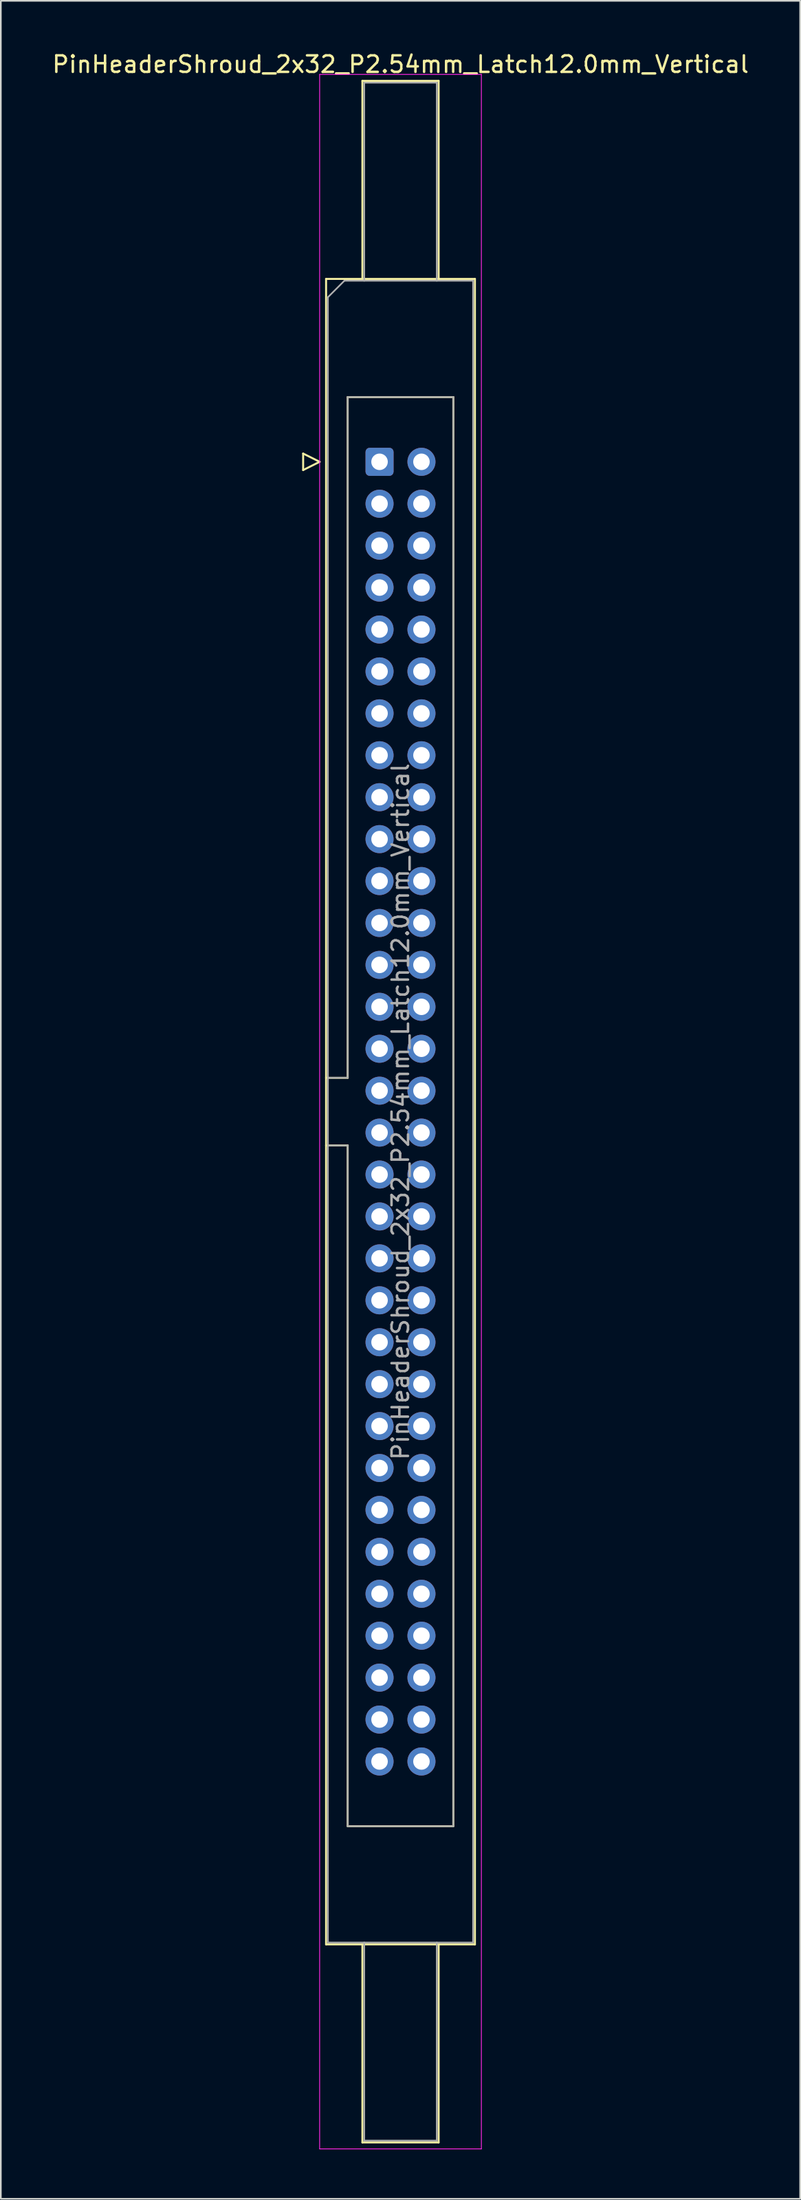
<source format=kicad_pcb>
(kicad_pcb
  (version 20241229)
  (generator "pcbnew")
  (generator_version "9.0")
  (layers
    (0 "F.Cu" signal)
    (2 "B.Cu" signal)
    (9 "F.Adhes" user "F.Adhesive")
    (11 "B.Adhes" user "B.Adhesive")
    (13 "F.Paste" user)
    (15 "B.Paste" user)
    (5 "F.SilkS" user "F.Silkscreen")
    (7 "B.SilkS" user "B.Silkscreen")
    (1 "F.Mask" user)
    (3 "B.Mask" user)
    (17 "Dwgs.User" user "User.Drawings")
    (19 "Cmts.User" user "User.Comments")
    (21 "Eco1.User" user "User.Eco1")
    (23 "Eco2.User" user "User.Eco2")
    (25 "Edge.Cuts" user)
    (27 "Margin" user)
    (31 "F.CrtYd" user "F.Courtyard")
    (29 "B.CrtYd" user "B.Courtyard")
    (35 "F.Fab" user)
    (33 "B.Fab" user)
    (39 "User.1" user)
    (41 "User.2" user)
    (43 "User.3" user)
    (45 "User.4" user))
  (footprint "PinHeaderShroud_2x32_P2.54mm_Latch12.0mm_Vertical"
    (layer "F.Cu")
    (at 19.95 24.928)
    (property "Reference" "PinHeaderShroud_2x32_P2.54mm_Latch12.0mm_Vertical" (at 1.27 -24.08 0) (layer "F.SilkS") (effects (font (size 1 1) (thickness 0.15))))
    (attr through_hole)
    (fp_line (start -4.63 -0.5) (end -4.63 0.5) (stroke (width 0.12) (type solid)) (layer "F.SilkS"))
    (fp_line (start -4.63 0.5) (end -3.63 0) (stroke (width 0.12) (type solid)) (layer "F.SilkS"))
    (fp_line (start -3.63 0) (end -4.63 -0.5) (stroke (width 0.12) (type solid)) (layer "F.SilkS"))
    (fp_line (start -3.24 -11.08) (end 5.78 -11.08) (stroke (width 0.12) (type solid)) (layer "F.SilkS"))
    (fp_line (start -3.24 37.32) (end -1.93 37.32) (stroke (width 0.12) (type solid)) (layer "F.SilkS"))
    (fp_line (start -3.24 41.42) (end -1.93 41.42) (stroke (width 0.12) (type solid)) (layer "F.SilkS"))
    (fp_line (start -3.24 89.82) (end -3.24 -11.08) (stroke (width 0.12) (type solid)) (layer "F.SilkS"))
    (fp_line (start -1.93 -3.92) (end 4.47 -3.92) (stroke (width 0.12) (type solid)) (layer "F.SilkS"))
    (fp_line (start -1.93 37.32) (end -1.93 -3.92) (stroke (width 0.12) (type solid)) (layer "F.SilkS"))
    (fp_line (start -1.93 82.66) (end -1.93 41.42) (stroke (width 0.12) (type solid)) (layer "F.SilkS"))
    (fp_line (start -1.04 -23.08) (end 3.58 -23.08) (stroke (width 0.12) (type solid)) (layer "F.SilkS"))
    (fp_line (start -1.04 -11.08) (end -1.04 -23.08) (stroke (width 0.12) (type solid)) (layer "F.SilkS"))
    (fp_line (start -1.04 89.82) (end -1.04 101.82) (stroke (width 0.12) (type solid)) (layer "F.SilkS"))
    (fp_line (start -1.04 101.82) (end 3.58 101.82) (stroke (width 0.12) (type solid)) (layer "F.SilkS"))
    (fp_line (start 3.58 -23.08) (end 3.58 -11.08) (stroke (width 0.12) (type solid)) (layer "F.SilkS"))
    (fp_line (start 3.58 101.82) (end 3.58 89.82) (stroke (width 0.12) (type solid)) (layer "F.SilkS"))
    (fp_line (start 4.47 -3.92) (end 4.47 82.66) (stroke (width 0.12) (type solid)) (layer "F.SilkS"))
    (fp_line (start 4.47 82.66) (end -1.93 82.66) (stroke (width 0.12) (type solid)) (layer "F.SilkS"))
    (fp_line (start 5.78 -11.08) (end 5.78 89.82) (stroke (width 0.12) (type solid)) (layer "F.SilkS"))
    (fp_line (start 5.78 89.82) (end -3.24 89.82) (stroke (width 0.12) (type solid)) (layer "F.SilkS"))
    (fp_line (start -3.63 -23.47) (end -3.63 102.21) (stroke (width 0.05) (type solid)) (layer "F.CrtYd"))
    (fp_line (start -3.63 102.21) (end 6.17 102.21) (stroke (width 0.05) (type solid)) (layer "F.CrtYd"))
    (fp_line (start 6.17 -23.47) (end -3.63 -23.47) (stroke (width 0.05) (type solid)) (layer "F.CrtYd"))
    (fp_line (start 6.17 102.21) (end 6.17 -23.47) (stroke (width 0.05) (type solid)) (layer "F.CrtYd"))
    (fp_line (start -3.13 -9.97) (end -2.13 -10.97) (stroke (width 0.1) (type solid)) (layer "F.Fab"))
    (fp_line (start -3.13 37.32) (end -1.93 37.32) (stroke (width 0.1) (type solid)) (layer "F.Fab"))
    (fp_line (start -3.13 41.42) (end -1.93 41.42) (stroke (width 0.1) (type solid)) (layer "F.Fab"))
    (fp_line (start -3.13 89.71) (end -3.13 -9.97) (stroke (width 0.1) (type solid)) (layer "F.Fab"))
    (fp_line (start -2.13 -10.97) (end 5.67 -10.97) (stroke (width 0.1) (type solid)) (layer "F.Fab"))
    (fp_line (start -1.93 -3.92) (end 4.47 -3.92) (stroke (width 0.1) (type solid)) (layer "F.Fab"))
    (fp_line (start -1.93 37.32) (end -1.93 -3.92) (stroke (width 0.1) (type solid)) (layer "F.Fab"))
    (fp_line (start -1.93 82.66) (end -1.93 41.42) (stroke (width 0.1) (type solid)) (layer "F.Fab"))
    (fp_line (start -0.93 -22.97) (end 3.47 -22.97) (stroke (width 0.1) (type solid)) (layer "F.Fab"))
    (fp_line (start -0.93 -10.97) (end -0.93 -22.97) (stroke (width 0.1) (type solid)) (layer "F.Fab"))
    (fp_line (start -0.93 89.71) (end -0.93 101.71) (stroke (width 0.1) (type solid)) (layer "F.Fab"))
    (fp_line (start -0.93 101.71) (end 3.47 101.71) (stroke (width 0.1) (type solid)) (layer "F.Fab"))
    (fp_line (start 3.47 -22.97) (end 3.47 -10.97) (stroke (width 0.1) (type solid)) (layer "F.Fab"))
    (fp_line (start 3.47 101.71) (end 3.47 89.71) (stroke (width 0.1) (type solid)) (layer "F.Fab"))
    (fp_line (start 4.47 -3.92) (end 4.47 82.66) (stroke (width 0.1) (type solid)) (layer "F.Fab"))
    (fp_line (start 4.47 82.66) (end -1.93 82.66) (stroke (width 0.1) (type solid)) (layer "F.Fab"))
    (fp_line (start 5.67 -10.97) (end 5.67 89.71) (stroke (width 0.1) (type solid)) (layer "F.Fab"))
    (fp_line (start 5.67 89.71) (end -3.13 89.71) (stroke (width 0.1) (type solid)) (layer "F.Fab"))
    (fp_text user "${REFERENCE}" (at 1.27 39.37 90) (layer "F.Fab") (effects (font (size 1 1) (thickness 0.15))))
    (pad "1" thru_hole roundrect (at 0 0) (size 1.7 1.7) (drill 1) (layers "*.Cu" "*.Mask") (roundrect_rratio 0.147))
    (pad "2" thru_hole circle (at 2.54 0) (size 1.7 1.7) (drill 1) (layers "*.Cu" "*.Mask"))
    (pad "3" thru_hole circle (at 0 2.54) (size 1.7 1.7) (drill 1) (layers "*.Cu" "*.Mask"))
    (pad "4" thru_hole circle (at 2.54 2.54) (size 1.7 1.7) (drill 1) (layers "*.Cu" "*.Mask"))
    (pad "5" thru_hole circle (at 0 5.08) (size 1.7 1.7) (drill 1) (layers "*.Cu" "*.Mask"))
    (pad "6" thru_hole circle (at 2.54 5.08) (size 1.7 1.7) (drill 1) (layers "*.Cu" "*.Mask"))
    (pad "7" thru_hole circle (at 0 7.62) (size 1.7 1.7) (drill 1) (layers "*.Cu" "*.Mask"))
    (pad "8" thru_hole circle (at 2.54 7.62) (size 1.7 1.7) (drill 1) (layers "*.Cu" "*.Mask"))
    (pad "9" thru_hole circle (at 0 10.16) (size 1.7 1.7) (drill 1) (layers "*.Cu" "*.Mask"))
    (pad "10" thru_hole circle (at 2.54 10.16) (size 1.7 1.7) (drill 1) (layers "*.Cu" "*.Mask"))
    (pad "11" thru_hole circle (at 0 12.7) (size 1.7 1.7) (drill 1) (layers "*.Cu" "*.Mask"))
    (pad "12" thru_hole circle (at 2.54 12.7) (size 1.7 1.7) (drill 1) (layers "*.Cu" "*.Mask"))
    (pad "13" thru_hole circle (at 0 15.24) (size 1.7 1.7) (drill 1) (layers "*.Cu" "*.Mask"))
    (pad "14" thru_hole circle (at 2.54 15.24) (size 1.7 1.7) (drill 1) (layers "*.Cu" "*.Mask"))
    (pad "15" thru_hole circle (at 0 17.78) (size 1.7 1.7) (drill 1) (layers "*.Cu" "*.Mask"))
    (pad "16" thru_hole circle (at 2.54 17.78) (size 1.7 1.7) (drill 1) (layers "*.Cu" "*.Mask"))
    (pad "17" thru_hole circle (at 0 20.32) (size 1.7 1.7) (drill 1) (layers "*.Cu" "*.Mask"))
    (pad "18" thru_hole circle (at 2.54 20.32) (size 1.7 1.7) (drill 1) (layers "*.Cu" "*.Mask"))
    (pad "19" thru_hole circle (at 0 22.86) (size 1.7 1.7) (drill 1) (layers "*.Cu" "*.Mask"))
    (pad "20" thru_hole circle (at 2.54 22.86) (size 1.7 1.7) (drill 1) (layers "*.Cu" "*.Mask"))
    (pad "21" thru_hole circle (at 0 25.4) (size 1.7 1.7) (drill 1) (layers "*.Cu" "*.Mask"))
    (pad "22" thru_hole circle (at 2.54 25.4) (size 1.7 1.7) (drill 1) (layers "*.Cu" "*.Mask"))
    (pad "23" thru_hole circle (at 0 27.94) (size 1.7 1.7) (drill 1) (layers "*.Cu" "*.Mask"))
    (pad "24" thru_hole circle (at 2.54 27.94) (size 1.7 1.7) (drill 1) (layers "*.Cu" "*.Mask"))
    (pad "25" thru_hole circle (at 0 30.48) (size 1.7 1.7) (drill 1) (layers "*.Cu" "*.Mask"))
    (pad "26" thru_hole circle (at 2.54 30.48) (size 1.7 1.7) (drill 1) (layers "*.Cu" "*.Mask"))
    (pad "27" thru_hole circle (at 0 33.02) (size 1.7 1.7) (drill 1) (layers "*.Cu" "*.Mask"))
    (pad "28" thru_hole circle (at 2.54 33.02) (size 1.7 1.7) (drill 1) (layers "*.Cu" "*.Mask"))
    (pad "29" thru_hole circle (at 0 35.56) (size 1.7 1.7) (drill 1) (layers "*.Cu" "*.Mask"))
    (pad "30" thru_hole circle (at 2.54 35.56) (size 1.7 1.7) (drill 1) (layers "*.Cu" "*.Mask"))
    (pad "31" thru_hole circle (at 0 38.1) (size 1.7 1.7) (drill 1) (layers "*.Cu" "*.Mask"))
    (pad "32" thru_hole circle (at 2.54 38.1) (size 1.7 1.7) (drill 1) (layers "*.Cu" "*.Mask"))
    (pad "33" thru_hole circle (at 0 40.64) (size 1.7 1.7) (drill 1) (layers "*.Cu" "*.Mask"))
    (pad "34" thru_hole circle (at 2.54 40.64) (size 1.7 1.7) (drill 1) (layers "*.Cu" "*.Mask"))
    (pad "35" thru_hole circle (at 0 43.18) (size 1.7 1.7) (drill 1) (layers "*.Cu" "*.Mask"))
    (pad "36" thru_hole circle (at 2.54 43.18) (size 1.7 1.7) (drill 1) (layers "*.Cu" "*.Mask"))
    (pad "37" thru_hole circle (at 0 45.72) (size 1.7 1.7) (drill 1) (layers "*.Cu" "*.Mask"))
    (pad "38" thru_hole circle (at 2.54 45.72) (size 1.7 1.7) (drill 1) (layers "*.Cu" "*.Mask"))
    (pad "39" thru_hole circle (at 0 48.26) (size 1.7 1.7) (drill 1) (layers "*.Cu" "*.Mask"))
    (pad "40" thru_hole circle (at 2.54 48.26) (size 1.7 1.7) (drill 1) (layers "*.Cu" "*.Mask"))
    (pad "41" thru_hole circle (at 0 50.8) (size 1.7 1.7) (drill 1) (layers "*.Cu" "*.Mask"))
    (pad "42" thru_hole circle (at 2.54 50.8) (size 1.7 1.7) (drill 1) (layers "*.Cu" "*.Mask"))
    (pad "43" thru_hole circle (at 0 53.34) (size 1.7 1.7) (drill 1) (layers "*.Cu" "*.Mask"))
    (pad "44" thru_hole circle (at 2.54 53.34) (size 1.7 1.7) (drill 1) (layers "*.Cu" "*.Mask"))
    (pad "45" thru_hole circle (at 0 55.88) (size 1.7 1.7) (drill 1) (layers "*.Cu" "*.Mask"))
    (pad "46" thru_hole circle (at 2.54 55.88) (size 1.7 1.7) (drill 1) (layers "*.Cu" "*.Mask"))
    (pad "47" thru_hole circle (at 0 58.42) (size 1.7 1.7) (drill 1) (layers "*.Cu" "*.Mask"))
    (pad "48" thru_hole circle (at 2.54 58.42) (size 1.7 1.7) (drill 1) (layers "*.Cu" "*.Mask"))
    (pad "49" thru_hole circle (at 0 60.96) (size 1.7 1.7) (drill 1) (layers "*.Cu" "*.Mask"))
    (pad "50" thru_hole circle (at 2.54 60.96) (size 1.7 1.7) (drill 1) (layers "*.Cu" "*.Mask"))
    (pad "51" thru_hole circle (at 0 63.5) (size 1.7 1.7) (drill 1) (layers "*.Cu" "*.Mask"))
    (pad "52" thru_hole circle (at 2.54 63.5) (size 1.7 1.7) (drill 1) (layers "*.Cu" "*.Mask"))
    (pad "53" thru_hole circle (at 0 66.04) (size 1.7 1.7) (drill 1) (layers "*.Cu" "*.Mask"))
    (pad "54" thru_hole circle (at 2.54 66.04) (size 1.7 1.7) (drill 1) (layers "*.Cu" "*.Mask"))
    (pad "55" thru_hole circle (at 0 68.58) (size 1.7 1.7) (drill 1) (layers "*.Cu" "*.Mask"))
    (pad "56" thru_hole circle (at 2.54 68.58) (size 1.7 1.7) (drill 1) (layers "*.Cu" "*.Mask"))
    (pad "57" thru_hole circle (at 0 71.12) (size 1.7 1.7) (drill 1) (layers "*.Cu" "*.Mask"))
    (pad "58" thru_hole circle (at 2.54 71.12) (size 1.7 1.7) (drill 1) (layers "*.Cu" "*.Mask"))
    (pad "59" thru_hole circle (at 0 73.66) (size 1.7 1.7) (drill 1) (layers "*.Cu" "*.Mask"))
    (pad "60" thru_hole circle (at 2.54 73.66) (size 1.7 1.7) (drill 1) (layers "*.Cu" "*.Mask"))
    (pad "61" thru_hole circle (at 0 76.2) (size 1.7 1.7) (drill 1) (layers "*.Cu" "*.Mask"))
    (pad "62" thru_hole circle (at 2.54 76.2) (size 1.7 1.7) (drill 1) (layers "*.Cu" "*.Mask"))
    (pad "63" thru_hole circle (at 0 78.74) (size 1.7 1.7) (drill 1) (layers "*.Cu" "*.Mask"))
    (pad "64" thru_hole circle (at 2.54 78.74) (size 1.7 1.7) (drill 1) (layers "*.Cu" "*.Mask")))
  (gr_rect
    (start -3 -3)
    (end 45.44 130.163)
    (stroke (width 0.1) (type default))
    (fill no)
    (layer "Edge.Cuts")))
</source>
